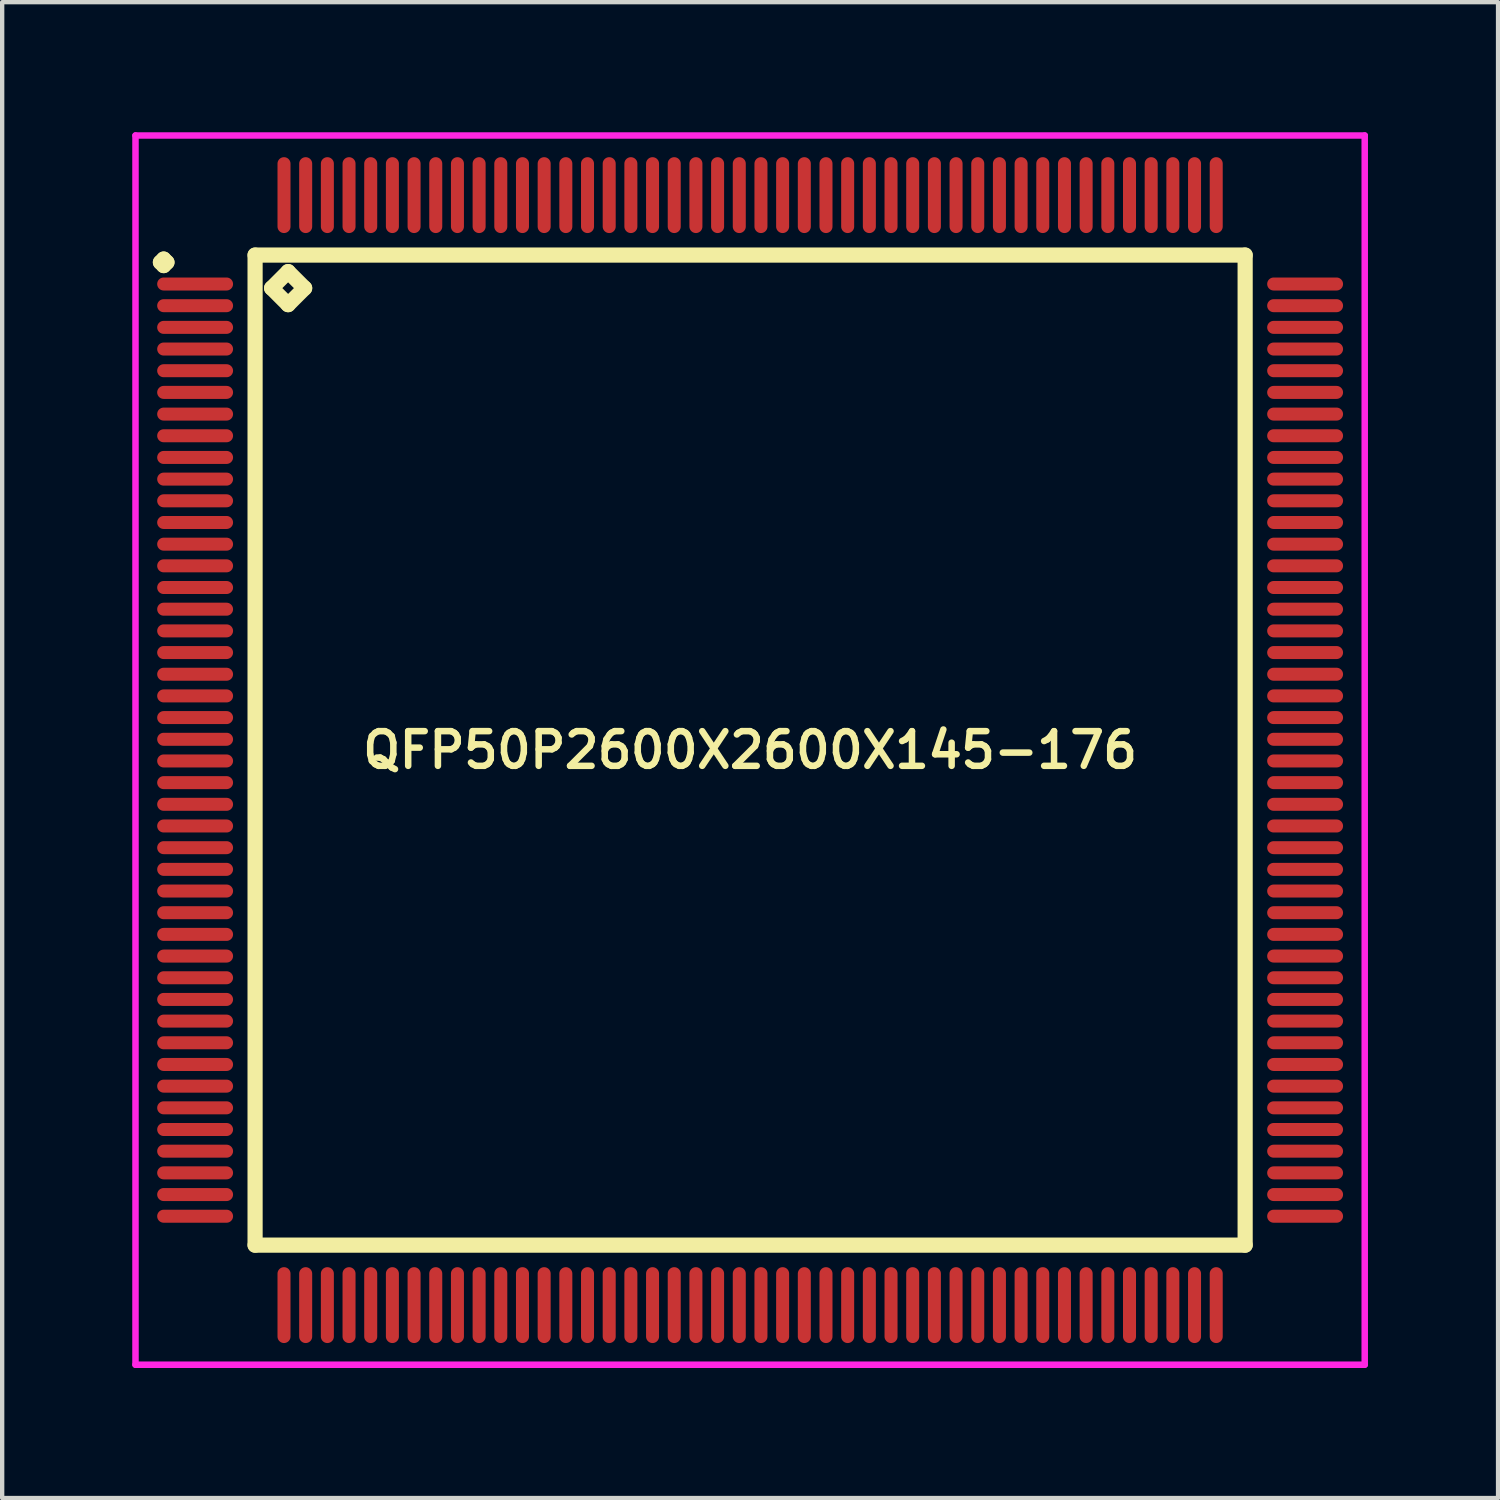
<source format=kicad_pcb>
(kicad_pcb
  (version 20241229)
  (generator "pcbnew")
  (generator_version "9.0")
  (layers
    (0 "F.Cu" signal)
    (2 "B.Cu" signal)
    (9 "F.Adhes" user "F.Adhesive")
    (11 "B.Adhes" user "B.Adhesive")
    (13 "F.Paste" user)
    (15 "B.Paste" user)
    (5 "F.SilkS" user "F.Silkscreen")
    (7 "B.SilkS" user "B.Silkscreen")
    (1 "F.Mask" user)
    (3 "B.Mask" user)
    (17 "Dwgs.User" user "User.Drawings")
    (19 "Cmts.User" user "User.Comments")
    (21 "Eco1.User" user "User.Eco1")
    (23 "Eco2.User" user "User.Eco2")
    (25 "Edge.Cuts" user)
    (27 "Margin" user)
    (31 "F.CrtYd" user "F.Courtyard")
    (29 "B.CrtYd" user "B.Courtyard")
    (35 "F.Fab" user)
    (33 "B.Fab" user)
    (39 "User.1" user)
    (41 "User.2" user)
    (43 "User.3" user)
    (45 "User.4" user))
  (footprint "QFP50P2600X2600X145-176"
    (layer "F.Cu")
    (at 14.25 14.25)
    (property "Reference" "QFP50P2600X2600X145-176" (at 0 0 0) (layer "F.SilkS") (effects (font (size 0.8 0.8) (thickness 0.15))))
    (attr smd)
    (fp_line (start -13.6 -11.25) (end -13.525 -11.325) (stroke (width 0.35) (type solid)) (layer "F.SilkS"))
    (fp_line (start -13.525 -11.325) (end -13.45 -11.25) (stroke (width 0.35) (type solid)) (layer "F.SilkS"))
    (fp_line (start -13.525 -11.175) (end -13.6 -11.25) (stroke (width 0.35) (type solid)) (layer "F.SilkS"))
    (fp_line (start -13.45 -11.25) (end -13.525 -11.175) (stroke (width 0.35) (type solid)) (layer "F.SilkS"))
    (fp_line (start -11.417 -11.417) (end -11.417 11.417) (stroke (width 0.35) (type solid)) (layer "F.SilkS"))
    (fp_line (start -11.417 11.417) (end 11.417 11.417) (stroke (width 0.35) (type solid)) (layer "F.SilkS"))
    (fp_line (start -11.036 -10.655) (end -10.655 -11.036) (stroke (width 0.35) (type solid)) (layer "F.SilkS"))
    (fp_line (start -10.655 -11.036) (end -10.274 -10.655) (stroke (width 0.35) (type solid)) (layer "F.SilkS"))
    (fp_line (start -10.655 -10.274) (end -11.036 -10.655) (stroke (width 0.35) (type solid)) (layer "F.SilkS"))
    (fp_line (start -10.274 -10.655) (end -10.655 -10.274) (stroke (width 0.35) (type solid)) (layer "F.SilkS"))
    (fp_line (start 11.417 -11.417) (end -11.417 -11.417) (stroke (width 0.35) (type solid)) (layer "F.SilkS"))
    (fp_line (start 11.417 11.417) (end 11.417 -11.417) (stroke (width 0.35) (type solid)) (layer "F.SilkS"))
    (fp_line (start -14.175 -14.175) (end 14.175 -14.175) (stroke (width 0.15) (type solid)) (layer "F.CrtYd"))
    (fp_line (start -14.175 14.175) (end -14.175 -14.175) (stroke (width 0.15) (type solid)) (layer "F.CrtYd"))
    (fp_line (start 14.175 -14.175) (end 14.175 14.175) (stroke (width 0.15) (type solid)) (layer "F.CrtYd"))
    (fp_line (start 14.175 14.175) (end -14.175 14.175) (stroke (width 0.15) (type solid)) (layer "F.CrtYd"))
    (pad "1" smd oval (at -12.8 -10.75) (size 1.75 0.3) (layers "F.Cu" "F.Mask" "F.Paste"))
    (pad "2" smd oval (at -12.8 -10.25) (size 1.75 0.3) (layers "F.Cu" "F.Mask" "F.Paste"))
    (pad "3" smd oval (at -12.8 -9.75) (size 1.75 0.3) (layers "F.Cu" "F.Mask" "F.Paste"))
    (pad "4" smd oval (at -12.8 -9.25) (size 1.75 0.3) (layers "F.Cu" "F.Mask" "F.Paste"))
    (pad "5" smd oval (at -12.8 -8.75) (size 1.75 0.3) (layers "F.Cu" "F.Mask" "F.Paste"))
    (pad "6" smd oval (at -12.8 -8.25) (size 1.75 0.3) (layers "F.Cu" "F.Mask" "F.Paste"))
    (pad "7" smd oval (at -12.8 -7.75) (size 1.75 0.3) (layers "F.Cu" "F.Mask" "F.Paste"))
    (pad "8" smd oval (at -12.8 -7.25) (size 1.75 0.3) (layers "F.Cu" "F.Mask" "F.Paste"))
    (pad "9" smd oval (at -12.8 -6.75) (size 1.75 0.3) (layers "F.Cu" "F.Mask" "F.Paste"))
    (pad "10" smd oval (at -12.8 -6.25) (size 1.75 0.3) (layers "F.Cu" "F.Mask" "F.Paste"))
    (pad "11" smd oval (at -12.8 -5.75) (size 1.75 0.3) (layers "F.Cu" "F.Mask" "F.Paste"))
    (pad "12" smd oval (at -12.8 -5.25) (size 1.75 0.3) (layers "F.Cu" "F.Mask" "F.Paste"))
    (pad "13" smd oval (at -12.8 -4.75) (size 1.75 0.3) (layers "F.Cu" "F.Mask" "F.Paste"))
    (pad "14" smd oval (at -12.8 -4.25) (size 1.75 0.3) (layers "F.Cu" "F.Mask" "F.Paste"))
    (pad "15" smd oval (at -12.8 -3.75) (size 1.75 0.3) (layers "F.Cu" "F.Mask" "F.Paste"))
    (pad "16" smd oval (at -12.8 -3.25) (size 1.75 0.3) (layers "F.Cu" "F.Mask" "F.Paste"))
    (pad "17" smd oval (at -12.8 -2.75) (size 1.75 0.3) (layers "F.Cu" "F.Mask" "F.Paste"))
    (pad "18" smd oval (at -12.8 -2.25) (size 1.75 0.3) (layers "F.Cu" "F.Mask" "F.Paste"))
    (pad "19" smd oval (at -12.8 -1.75) (size 1.75 0.3) (layers "F.Cu" "F.Mask" "F.Paste"))
    (pad "20" smd oval (at -12.8 -1.25) (size 1.75 0.3) (layers "F.Cu" "F.Mask" "F.Paste"))
    (pad "21" smd oval (at -12.8 -0.75) (size 1.75 0.3) (layers "F.Cu" "F.Mask" "F.Paste"))
    (pad "22" smd oval (at -12.8 -0.25) (size 1.75 0.3) (layers "F.Cu" "F.Mask" "F.Paste"))
    (pad "23" smd oval (at -12.8 0.25) (size 1.75 0.3) (layers "F.Cu" "F.Mask" "F.Paste"))
    (pad "24" smd oval (at -12.8 0.75) (size 1.75 0.3) (layers "F.Cu" "F.Mask" "F.Paste"))
    (pad "25" smd oval (at -12.8 1.25) (size 1.75 0.3) (layers "F.Cu" "F.Mask" "F.Paste"))
    (pad "26" smd oval (at -12.8 1.75) (size 1.75 0.3) (layers "F.Cu" "F.Mask" "F.Paste"))
    (pad "27" smd oval (at -12.8 2.25) (size 1.75 0.3) (layers "F.Cu" "F.Mask" "F.Paste"))
    (pad "28" smd oval (at -12.8 2.75) (size 1.75 0.3) (layers "F.Cu" "F.Mask" "F.Paste"))
    (pad "29" smd oval (at -12.8 3.25) (size 1.75 0.3) (layers "F.Cu" "F.Mask" "F.Paste"))
    (pad "30" smd oval (at -12.8 3.75) (size 1.75 0.3) (layers "F.Cu" "F.Mask" "F.Paste"))
    (pad "31" smd oval (at -12.8 4.25) (size 1.75 0.3) (layers "F.Cu" "F.Mask" "F.Paste"))
    (pad "32" smd oval (at -12.8 4.75) (size 1.75 0.3) (layers "F.Cu" "F.Mask" "F.Paste"))
    (pad "33" smd oval (at -12.8 5.25) (size 1.75 0.3) (layers "F.Cu" "F.Mask" "F.Paste"))
    (pad "34" smd oval (at -12.8 5.75) (size 1.75 0.3) (layers "F.Cu" "F.Mask" "F.Paste"))
    (pad "35" smd oval (at -12.8 6.25) (size 1.75 0.3) (layers "F.Cu" "F.Mask" "F.Paste"))
    (pad "36" smd oval (at -12.8 6.75) (size 1.75 0.3) (layers "F.Cu" "F.Mask" "F.Paste"))
    (pad "37" smd oval (at -12.8 7.25) (size 1.75 0.3) (layers "F.Cu" "F.Mask" "F.Paste"))
    (pad "38" smd oval (at -12.8 7.75) (size 1.75 0.3) (layers "F.Cu" "F.Mask" "F.Paste"))
    (pad "39" smd oval (at -12.8 8.25) (size 1.75 0.3) (layers "F.Cu" "F.Mask" "F.Paste"))
    (pad "40" smd oval (at -12.8 8.75) (size 1.75 0.3) (layers "F.Cu" "F.Mask" "F.Paste"))
    (pad "41" smd oval (at -12.8 9.25) (size 1.75 0.3) (layers "F.Cu" "F.Mask" "F.Paste"))
    (pad "42" smd oval (at -12.8 9.75) (size 1.75 0.3) (layers "F.Cu" "F.Mask" "F.Paste"))
    (pad "43" smd oval (at -12.8 10.25) (size 1.75 0.3) (layers "F.Cu" "F.Mask" "F.Paste"))
    (pad "44" smd oval (at -12.8 10.75) (size 1.75 0.3) (layers "F.Cu" "F.Mask" "F.Paste"))
    (pad "45" smd oval (at -10.75 12.8) (size 0.3 1.75) (layers "F.Cu" "F.Mask" "F.Paste"))
    (pad "46" smd oval (at -10.25 12.8) (size 0.3 1.75) (layers "F.Cu" "F.Mask" "F.Paste"))
    (pad "47" smd oval (at -9.75 12.8) (size 0.3 1.75) (layers "F.Cu" "F.Mask" "F.Paste"))
    (pad "48" smd oval (at -9.25 12.8) (size 0.3 1.75) (layers "F.Cu" "F.Mask" "F.Paste"))
    (pad "49" smd oval (at -8.75 12.8) (size 0.3 1.75) (layers "F.Cu" "F.Mask" "F.Paste"))
    (pad "50" smd oval (at -8.25 12.8) (size 0.3 1.75) (layers "F.Cu" "F.Mask" "F.Paste"))
    (pad "51" smd oval (at -7.75 12.8) (size 0.3 1.75) (layers "F.Cu" "F.Mask" "F.Paste"))
    (pad "52" smd oval (at -7.25 12.8) (size 0.3 1.75) (layers "F.Cu" "F.Mask" "F.Paste"))
    (pad "53" smd oval (at -6.75 12.8) (size 0.3 1.75) (layers "F.Cu" "F.Mask" "F.Paste"))
    (pad "54" smd oval (at -6.25 12.8) (size 0.3 1.75) (layers "F.Cu" "F.Mask" "F.Paste"))
    (pad "55" smd oval (at -5.75 12.8) (size 0.3 1.75) (layers "F.Cu" "F.Mask" "F.Paste"))
    (pad "56" smd oval (at -5.25 12.8) (size 0.3 1.75) (layers "F.Cu" "F.Mask" "F.Paste"))
    (pad "57" smd oval (at -4.75 12.8) (size 0.3 1.75) (layers "F.Cu" "F.Mask" "F.Paste"))
    (pad "58" smd oval (at -4.25 12.8) (size 0.3 1.75) (layers "F.Cu" "F.Mask" "F.Paste"))
    (pad "59" smd oval (at -3.75 12.8) (size 0.3 1.75) (layers "F.Cu" "F.Mask" "F.Paste"))
    (pad "60" smd oval (at -3.25 12.8) (size 0.3 1.75) (layers "F.Cu" "F.Mask" "F.Paste"))
    (pad "61" smd oval (at -2.75 12.8) (size 0.3 1.75) (layers "F.Cu" "F.Mask" "F.Paste"))
    (pad "62" smd oval (at -2.25 12.8) (size 0.3 1.75) (layers "F.Cu" "F.Mask" "F.Paste"))
    (pad "63" smd oval (at -1.75 12.8) (size 0.3 1.75) (layers "F.Cu" "F.Mask" "F.Paste"))
    (pad "64" smd oval (at -1.25 12.8) (size 0.3 1.75) (layers "F.Cu" "F.Mask" "F.Paste"))
    (pad "65" smd oval (at -0.75 12.8) (size 0.3 1.75) (layers "F.Cu" "F.Mask" "F.Paste"))
    (pad "66" smd oval (at -0.25 12.8) (size 0.3 1.75) (layers "F.Cu" "F.Mask" "F.Paste"))
    (pad "67" smd oval (at 0.25 12.8) (size 0.3 1.75) (layers "F.Cu" "F.Mask" "F.Paste"))
    (pad "68" smd oval (at 0.75 12.8) (size 0.3 1.75) (layers "F.Cu" "F.Mask" "F.Paste"))
    (pad "69" smd oval (at 1.25 12.8) (size 0.3 1.75) (layers "F.Cu" "F.Mask" "F.Paste"))
    (pad "70" smd oval (at 1.75 12.8) (size 0.3 1.75) (layers "F.Cu" "F.Mask" "F.Paste"))
    (pad "71" smd oval (at 2.25 12.8) (size 0.3 1.75) (layers "F.Cu" "F.Mask" "F.Paste"))
    (pad "72" smd oval (at 2.75 12.8) (size 0.3 1.75) (layers "F.Cu" "F.Mask" "F.Paste"))
    (pad "73" smd oval (at 3.25 12.8) (size 0.3 1.75) (layers "F.Cu" "F.Mask" "F.Paste"))
    (pad "74" smd oval (at 3.75 12.8) (size 0.3 1.75) (layers "F.Cu" "F.Mask" "F.Paste"))
    (pad "75" smd oval (at 4.25 12.8) (size 0.3 1.75) (layers "F.Cu" "F.Mask" "F.Paste"))
    (pad "76" smd oval (at 4.75 12.8) (size 0.3 1.75) (layers "F.Cu" "F.Mask" "F.Paste"))
    (pad "77" smd oval (at 5.25 12.8) (size 0.3 1.75) (layers "F.Cu" "F.Mask" "F.Paste"))
    (pad "78" smd oval (at 5.75 12.8) (size 0.3 1.75) (layers "F.Cu" "F.Mask" "F.Paste"))
    (pad "79" smd oval (at 6.25 12.8) (size 0.3 1.75) (layers "F.Cu" "F.Mask" "F.Paste"))
    (pad "80" smd oval (at 6.75 12.8) (size 0.3 1.75) (layers "F.Cu" "F.Mask" "F.Paste"))
    (pad "81" smd oval (at 7.25 12.8) (size 0.3 1.75) (layers "F.Cu" "F.Mask" "F.Paste"))
    (pad "82" smd oval (at 7.75 12.8) (size 0.3 1.75) (layers "F.Cu" "F.Mask" "F.Paste"))
    (pad "83" smd oval (at 8.25 12.8) (size 0.3 1.75) (layers "F.Cu" "F.Mask" "F.Paste"))
    (pad "84" smd oval (at 8.75 12.8) (size 0.3 1.75) (layers "F.Cu" "F.Mask" "F.Paste"))
    (pad "85" smd oval (at 9.25 12.8) (size 0.3 1.75) (layers "F.Cu" "F.Mask" "F.Paste"))
    (pad "86" smd oval (at 9.75 12.8) (size 0.3 1.75) (layers "F.Cu" "F.Mask" "F.Paste"))
    (pad "87" smd oval (at 10.25 12.8) (size 0.3 1.75) (layers "F.Cu" "F.Mask" "F.Paste"))
    (pad "88" smd oval (at 10.75 12.8) (size 0.3 1.75) (layers "F.Cu" "F.Mask" "F.Paste"))
    (pad "89" smd oval (at 12.8 10.75) (size 1.75 0.3) (layers "F.Cu" "F.Mask" "F.Paste"))
    (pad "90" smd oval (at 12.8 10.25) (size 1.75 0.3) (layers "F.Cu" "F.Mask" "F.Paste"))
    (pad "91" smd oval (at 12.8 9.75) (size 1.75 0.3) (layers "F.Cu" "F.Mask" "F.Paste"))
    (pad "92" smd oval (at 12.8 9.25) (size 1.75 0.3) (layers "F.Cu" "F.Mask" "F.Paste"))
    (pad "93" smd oval (at 12.8 8.75) (size 1.75 0.3) (layers "F.Cu" "F.Mask" "F.Paste"))
    (pad "94" smd oval (at 12.8 8.25) (size 1.75 0.3) (layers "F.Cu" "F.Mask" "F.Paste"))
    (pad "95" smd oval (at 12.8 7.75) (size 1.75 0.3) (layers "F.Cu" "F.Mask" "F.Paste"))
    (pad "96" smd oval (at 12.8 7.25) (size 1.75 0.3) (layers "F.Cu" "F.Mask" "F.Paste"))
    (pad "97" smd oval (at 12.8 6.75) (size 1.75 0.3) (layers "F.Cu" "F.Mask" "F.Paste"))
    (pad "98" smd oval (at 12.8 6.25) (size 1.75 0.3) (layers "F.Cu" "F.Mask" "F.Paste"))
    (pad "99" smd oval (at 12.8 5.75) (size 1.75 0.3) (layers "F.Cu" "F.Mask" "F.Paste"))
    (pad "100" smd oval (at 12.8 5.25) (size 1.75 0.3) (layers "F.Cu" "F.Mask" "F.Paste"))
    (pad "101" smd oval (at 12.8 4.75) (size 1.75 0.3) (layers "F.Cu" "F.Mask" "F.Paste"))
    (pad "102" smd oval (at 12.8 4.25) (size 1.75 0.3) (layers "F.Cu" "F.Mask" "F.Paste"))
    (pad "103" smd oval (at 12.8 3.75) (size 1.75 0.3) (layers "F.Cu" "F.Mask" "F.Paste"))
    (pad "104" smd oval (at 12.8 3.25) (size 1.75 0.3) (layers "F.Cu" "F.Mask" "F.Paste"))
    (pad "105" smd oval (at 12.8 2.75) (size 1.75 0.3) (layers "F.Cu" "F.Mask" "F.Paste"))
    (pad "106" smd oval (at 12.8 2.25) (size 1.75 0.3) (layers "F.Cu" "F.Mask" "F.Paste"))
    (pad "107" smd oval (at 12.8 1.75) (size 1.75 0.3) (layers "F.Cu" "F.Mask" "F.Paste"))
    (pad "108" smd oval (at 12.8 1.25) (size 1.75 0.3) (layers "F.Cu" "F.Mask" "F.Paste"))
    (pad "109" smd oval (at 12.8 0.75) (size 1.75 0.3) (layers "F.Cu" "F.Mask" "F.Paste"))
    (pad "110" smd oval (at 12.8 0.25) (size 1.75 0.3) (layers "F.Cu" "F.Mask" "F.Paste"))
    (pad "111" smd oval (at 12.8 -0.25) (size 1.75 0.3) (layers "F.Cu" "F.Mask" "F.Paste"))
    (pad "112" smd oval (at 12.8 -0.75) (size 1.75 0.3) (layers "F.Cu" "F.Mask" "F.Paste"))
    (pad "113" smd oval (at 12.8 -1.25) (size 1.75 0.3) (layers "F.Cu" "F.Mask" "F.Paste"))
    (pad "114" smd oval (at 12.8 -1.75) (size 1.75 0.3) (layers "F.Cu" "F.Mask" "F.Paste"))
    (pad "115" smd oval (at 12.8 -2.25) (size 1.75 0.3) (layers "F.Cu" "F.Mask" "F.Paste"))
    (pad "116" smd oval (at 12.8 -2.75) (size 1.75 0.3) (layers "F.Cu" "F.Mask" "F.Paste"))
    (pad "117" smd oval (at 12.8 -3.25) (size 1.75 0.3) (layers "F.Cu" "F.Mask" "F.Paste"))
    (pad "118" smd oval (at 12.8 -3.75) (size 1.75 0.3) (layers "F.Cu" "F.Mask" "F.Paste"))
    (pad "119" smd oval (at 12.8 -4.25) (size 1.75 0.3) (layers "F.Cu" "F.Mask" "F.Paste"))
    (pad "120" smd oval (at 12.8 -4.75) (size 1.75 0.3) (layers "F.Cu" "F.Mask" "F.Paste"))
    (pad "121" smd oval (at 12.8 -5.25) (size 1.75 0.3) (layers "F.Cu" "F.Mask" "F.Paste"))
    (pad "122" smd oval (at 12.8 -5.75) (size 1.75 0.3) (layers "F.Cu" "F.Mask" "F.Paste"))
    (pad "123" smd oval (at 12.8 -6.25) (size 1.75 0.3) (layers "F.Cu" "F.Mask" "F.Paste"))
    (pad "124" smd oval (at 12.8 -6.75) (size 1.75 0.3) (layers "F.Cu" "F.Mask" "F.Paste"))
    (pad "125" smd oval (at 12.8 -7.25) (size 1.75 0.3) (layers "F.Cu" "F.Mask" "F.Paste"))
    (pad "126" smd oval (at 12.8 -7.75) (size 1.75 0.3) (layers "F.Cu" "F.Mask" "F.Paste"))
    (pad "127" smd oval (at 12.8 -8.25) (size 1.75 0.3) (layers "F.Cu" "F.Mask" "F.Paste"))
    (pad "128" smd oval (at 12.8 -8.75) (size 1.75 0.3) (layers "F.Cu" "F.Mask" "F.Paste"))
    (pad "129" smd oval (at 12.8 -9.25) (size 1.75 0.3) (layers "F.Cu" "F.Mask" "F.Paste"))
    (pad "130" smd oval (at 12.8 -9.75) (size 1.75 0.3) (layers "F.Cu" "F.Mask" "F.Paste"))
    (pad "131" smd oval (at 12.8 -10.25) (size 1.75 0.3) (layers "F.Cu" "F.Mask" "F.Paste"))
    (pad "132" smd oval (at 12.8 -10.75) (size 1.75 0.3) (layers "F.Cu" "F.Mask" "F.Paste"))
    (pad "133" smd oval (at 10.75 -12.8) (size 0.3 1.75) (layers "F.Cu" "F.Mask" "F.Paste"))
    (pad "134" smd oval (at 10.25 -12.8) (size 0.3 1.75) (layers "F.Cu" "F.Mask" "F.Paste"))
    (pad "135" smd oval (at 9.75 -12.8) (size 0.3 1.75) (layers "F.Cu" "F.Mask" "F.Paste"))
    (pad "136" smd oval (at 9.25 -12.8) (size 0.3 1.75) (layers "F.Cu" "F.Mask" "F.Paste"))
    (pad "137" smd oval (at 8.75 -12.8) (size 0.3 1.75) (layers "F.Cu" "F.Mask" "F.Paste"))
    (pad "138" smd oval (at 8.25 -12.8) (size 0.3 1.75) (layers "F.Cu" "F.Mask" "F.Paste"))
    (pad "139" smd oval (at 7.75 -12.8) (size 0.3 1.75) (layers "F.Cu" "F.Mask" "F.Paste"))
    (pad "140" smd oval (at 7.25 -12.8) (size 0.3 1.75) (layers "F.Cu" "F.Mask" "F.Paste"))
    (pad "141" smd oval (at 6.75 -12.8) (size 0.3 1.75) (layers "F.Cu" "F.Mask" "F.Paste"))
    (pad "142" smd oval (at 6.25 -12.8) (size 0.3 1.75) (layers "F.Cu" "F.Mask" "F.Paste"))
    (pad "143" smd oval (at 5.75 -12.8) (size 0.3 1.75) (layers "F.Cu" "F.Mask" "F.Paste"))
    (pad "144" smd oval (at 5.25 -12.8) (size 0.3 1.75) (layers "F.Cu" "F.Mask" "F.Paste"))
    (pad "145" smd oval (at 4.75 -12.8) (size 0.3 1.75) (layers "F.Cu" "F.Mask" "F.Paste"))
    (pad "146" smd oval (at 4.25 -12.8) (size 0.3 1.75) (layers "F.Cu" "F.Mask" "F.Paste"))
    (pad "147" smd oval (at 3.75 -12.8) (size 0.3 1.75) (layers "F.Cu" "F.Mask" "F.Paste"))
    (pad "148" smd oval (at 3.25 -12.8) (size 0.3 1.75) (layers "F.Cu" "F.Mask" "F.Paste"))
    (pad "149" smd oval (at 2.75 -12.8) (size 0.3 1.75) (layers "F.Cu" "F.Mask" "F.Paste"))
    (pad "150" smd oval (at 2.25 -12.8) (size 0.3 1.75) (layers "F.Cu" "F.Mask" "F.Paste"))
    (pad "151" smd oval (at 1.75 -12.8) (size 0.3 1.75) (layers "F.Cu" "F.Mask" "F.Paste"))
    (pad "152" smd oval (at 1.25 -12.8) (size 0.3 1.75) (layers "F.Cu" "F.Mask" "F.Paste"))
    (pad "153" smd oval (at 0.75 -12.8) (size 0.3 1.75) (layers "F.Cu" "F.Mask" "F.Paste"))
    (pad "154" smd oval (at 0.25 -12.8) (size 0.3 1.75) (layers "F.Cu" "F.Mask" "F.Paste"))
    (pad "155" smd oval (at -0.25 -12.8) (size 0.3 1.75) (layers "F.Cu" "F.Mask" "F.Paste"))
    (pad "156" smd oval (at -0.75 -12.8) (size 0.3 1.75) (layers "F.Cu" "F.Mask" "F.Paste"))
    (pad "157" smd oval (at -1.25 -12.8) (size 0.3 1.75) (layers "F.Cu" "F.Mask" "F.Paste"))
    (pad "158" smd oval (at -1.75 -12.8) (size 0.3 1.75) (layers "F.Cu" "F.Mask" "F.Paste"))
    (pad "159" smd oval (at -2.25 -12.8) (size 0.3 1.75) (layers "F.Cu" "F.Mask" "F.Paste"))
    (pad "160" smd oval (at -2.75 -12.8) (size 0.3 1.75) (layers "F.Cu" "F.Mask" "F.Paste"))
    (pad "161" smd oval (at -3.25 -12.8) (size 0.3 1.75) (layers "F.Cu" "F.Mask" "F.Paste"))
    (pad "162" smd oval (at -3.75 -12.8) (size 0.3 1.75) (layers "F.Cu" "F.Mask" "F.Paste"))
    (pad "163" smd oval (at -4.25 -12.8) (size 0.3 1.75) (layers "F.Cu" "F.Mask" "F.Paste"))
    (pad "164" smd oval (at -4.75 -12.8) (size 0.3 1.75) (layers "F.Cu" "F.Mask" "F.Paste"))
    (pad "165" smd oval (at -5.25 -12.8) (size 0.3 1.75) (layers "F.Cu" "F.Mask" "F.Paste"))
    (pad "166" smd oval (at -5.75 -12.8) (size 0.3 1.75) (layers "F.Cu" "F.Mask" "F.Paste"))
    (pad "167" smd oval (at -6.25 -12.8) (size 0.3 1.75) (layers "F.Cu" "F.Mask" "F.Paste"))
    (pad "168" smd oval (at -6.75 -12.8) (size 0.3 1.75) (layers "F.Cu" "F.Mask" "F.Paste"))
    (pad "169" smd oval (at -7.25 -12.8) (size 0.3 1.75) (layers "F.Cu" "F.Mask" "F.Paste"))
    (pad "170" smd oval (at -7.75 -12.8) (size 0.3 1.75) (layers "F.Cu" "F.Mask" "F.Paste"))
    (pad "171" smd oval (at -8.25 -12.8) (size 0.3 1.75) (layers "F.Cu" "F.Mask" "F.Paste"))
    (pad "172" smd oval (at -8.75 -12.8) (size 0.3 1.75) (layers "F.Cu" "F.Mask" "F.Paste"))
    (pad "173" smd oval (at -9.25 -12.8) (size 0.3 1.75) (layers "F.Cu" "F.Mask" "F.Paste"))
    (pad "174" smd oval (at -9.75 -12.8) (size 0.3 1.75) (layers "F.Cu" "F.Mask" "F.Paste"))
    (pad "175" smd oval (at -10.25 -12.8) (size 0.3 1.75) (layers "F.Cu" "F.Mask" "F.Paste"))
    (pad "176" smd oval (at -10.75 -12.8) (size 0.3 1.75) (layers "F.Cu" "F.Mask" "F.Paste")))
  (gr_rect
    (start -3 -3)
    (end 31.5 31.5)
    (stroke (width 0.1) (type default))
    (fill no)
    (layer "Edge.Cuts")))
</source>
